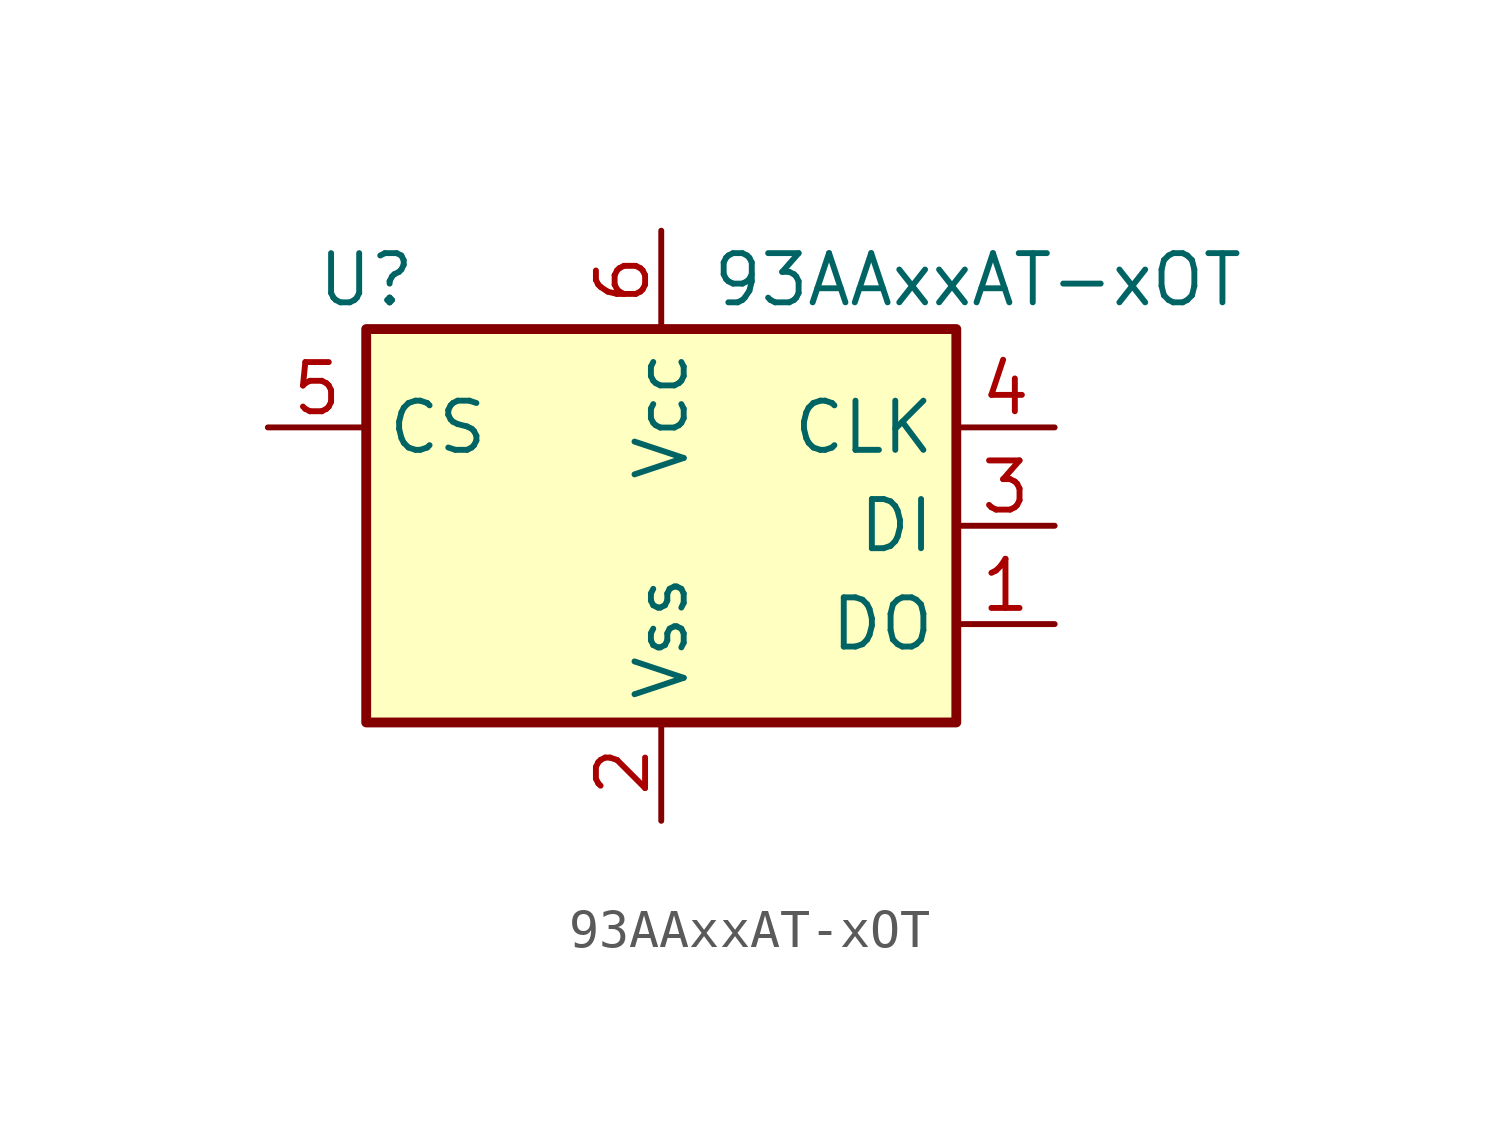
<source format=kicad_sym>
(kicad_symbol_lib
  (version 20201005)
  (generator kicad_symbol_editor)
  (symbol "93AAxxAT-xOT"
    (property "Reference" "U"
      (at -7.62 6.35 0)
      (effects (font (size 1.27 1.27))))
    (property "Value" "93AAxxAT-xOT"
      (at 1.27 6.35 0)
      (effects (font (size 1.27 1.27)) (justify left)))
    (symbol "93AAxxAT-xOT_1_1"
      (rectangle (start -7.62 5.08) (end 7.62 -5.08) (stroke (width 0.254)) (fill (type background)))
      (pin tri_state line (at 10.16 -2.54 180) (length 2.54) (name "DO" (effects (font (size 1.27 1.27)))) (number "1" (effects (font (size 1.27 1.27)))))
      (pin power_in line (at 0 -7.62 90) (length 2.54) (name "Vss" (effects (font (size 1.27 1.27)))) (number "2" (effects (font (size 1.27 1.27)))))
      (pin input line (at 10.16 0 180) (length 2.54) (name "DI" (effects (font (size 1.27 1.27)))) (number "3" (effects (font (size 1.27 1.27)))))
      (pin input line (at 10.16 2.54 180) (length 2.54) (name "CLK" (effects (font (size 1.27 1.27)))) (number "4" (effects (font (size 1.27 1.27)))))
      (pin input line (at -10.16 2.54 0) (length 2.54) (name "CS" (effects (font (size 1.27 1.27)))) (number "5" (effects (font (size 1.27 1.27)))))
      (pin power_in line (at 0 7.62 270) (length 2.54) (name "Vсс" (effects (font (size 1.27 1.27)))) (number "6" (effects (font (size 1.27 1.27))))))))
</source>
